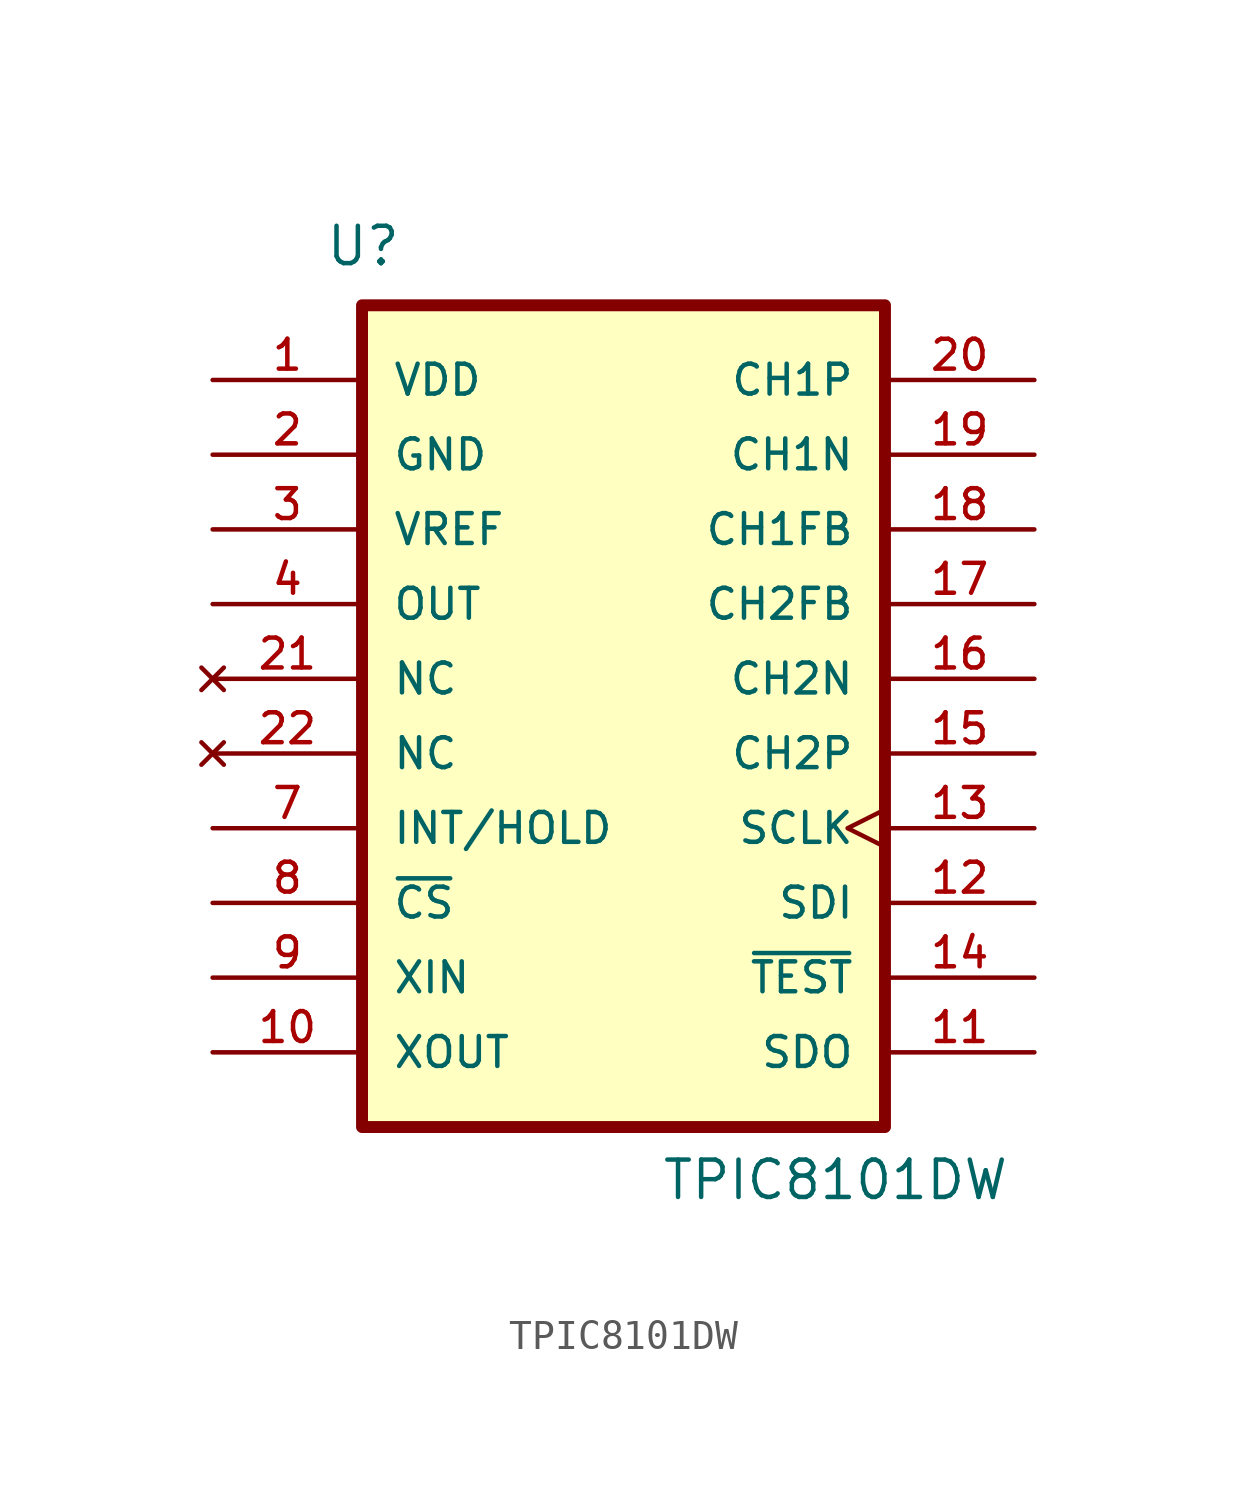
<source format=kicad_sym>
(kicad_symbol_lib
  (version 20220914)
  (generator kicad_symbol_editor)
  (symbol "TPIC8101DW"
    (pin_names
      (offset 1.016))
    (property "Reference" "U"
      (at -10.16 15.24 0)
      (effects (font (size 1.27 1.27)) (justify left bottom)))
    (property "Value" "TPIC8101DW"
      (at 1.27 -16.51 0)
      (effects (font (size 1.27 1.27)) (justify left bottom)))
    (property "ki_locked" ""
      (at 0 0 0)
      (effects (font (size 1.27 1.27))))
    (symbol "TPIC8101DW_0_0"
      (rectangle (start -8.89 13.97) (end 8.89 -13.97) (stroke (width 0.406) (type solid)) (fill (type background)))
      (pin bidirectional line (at -13.97 -11.43 0) (length 5.08) (name "XOUT" (effects (font (size 1.016 1.016)))) (number "10" (effects (font (size 1.016 1.016)))))
      (pin output line (at 13.97 -11.43 180) (length 5.08) (name "SDO" (effects (font (size 1.016 1.016)))) (number "11" (effects (font (size 1.016 1.016)))))
      (pin input line (at 13.97 -6.35 180) (length 5.08) (name "SDI" (effects (font (size 1.016 1.016)))) (number "12" (effects (font (size 1.016 1.016)))))
      (pin input clock (at 13.97 -3.81 180) (length 5.08) (name "SCLK" (effects (font (size 1.016 1.016)))) (number "13" (effects (font (size 1.016 1.016)))))
      (pin input line (at 13.97 -1.27 180) (length 5.08) (name "CH2P" (effects (font (size 1.016 1.016)))) (number "15" (effects (font (size 1.016 1.016)))))
      (pin input line (at 13.97 1.27 180) (length 5.08) (name "CH2N" (effects (font (size 1.016 1.016)))) (number "16" (effects (font (size 1.016 1.016)))))
      (pin output line (at 13.97 3.81 180) (length 5.08) (name "CH2FB" (effects (font (size 1.016 1.016)))) (number "17" (effects (font (size 1.016 1.016)))))
      (pin output line (at 13.97 6.35 180) (length 5.08) (name "CH1FB" (effects (font (size 1.016 1.016)))) (number "18" (effects (font (size 1.016 1.016)))))
      (pin input line (at 13.97 8.89 180) (length 5.08) (name "CH1N" (effects (font (size 1.016 1.016)))) (number "19" (effects (font (size 1.016 1.016)))))
      (pin power_in line (at -13.97 8.89 0) (length 5.08) (name "GND" (effects (font (size 1.016 1.016)))) (number "2" (effects (font (size 1.016 1.016)))))
      (pin bidirectional line (at 13.97 11.43 180) (length 5.08) (name "CH1P" (effects (font (size 1.016 1.016)))) (number "20" (effects (font (size 1.016 1.016)))))
      (pin output line (at -13.97 6.35 0) (length 5.08) (name "VREF" (effects (font (size 1.016 1.016)))) (number "3" (effects (font (size 1.016 1.016)))))
      (pin output line (at -13.97 3.81 0) (length 5.08) (name "OUT" (effects (font (size 1.016 1.016)))) (number "4" (effects (font (size 1.016 1.016)))))
      (pin input line (at -13.97 -3.81 0) (length 5.08) (name "INT/HOLD" (effects (font (size 1.016 1.016)))) (number "7" (effects (font (size 1.016 1.016)))))
      (pin bidirectional line (at -13.97 -8.89 0) (length 5.08) (name "XIN" (effects (font (size 1.016 1.016)))) (number "9" (effects (font (size 1.016 1.016))))))
    (symbol "TPIC8101DW_1_0"
      (pin power_in line (at -13.97 11.43 0) (length 5.08) (name "VDD" (effects (font (size 1.016 1.016)))) (number "1" (effects (font (size 1.016 1.016)))))
      (pin input line (at 13.97 -8.89 180) (length 5.08) (name "~{TEST}" (effects (font (size 1.016 1.016)))) (number "14" (effects (font (size 1.016 1.016)))))
      (pin no_connect line (at -13.97 1.27 0) (length 5.08) (name "NC" (effects (font (size 1.016 1.016)))) (number "21" (effects (font (size 1.016 1.016)))))
      (pin no_connect line (at -13.97 -1.27 0) (length 5.08) (name "NC" (effects (font (size 1.016 1.016)))) (number "22" (effects (font (size 1.016 1.016)))))
      (pin input line (at -13.97 -6.35 0) (length 5.08) (name "~{CS}" (effects (font (size 1.016 1.016)))) (number "8" (effects (font (size 1.016 1.016))))))))
</source>
